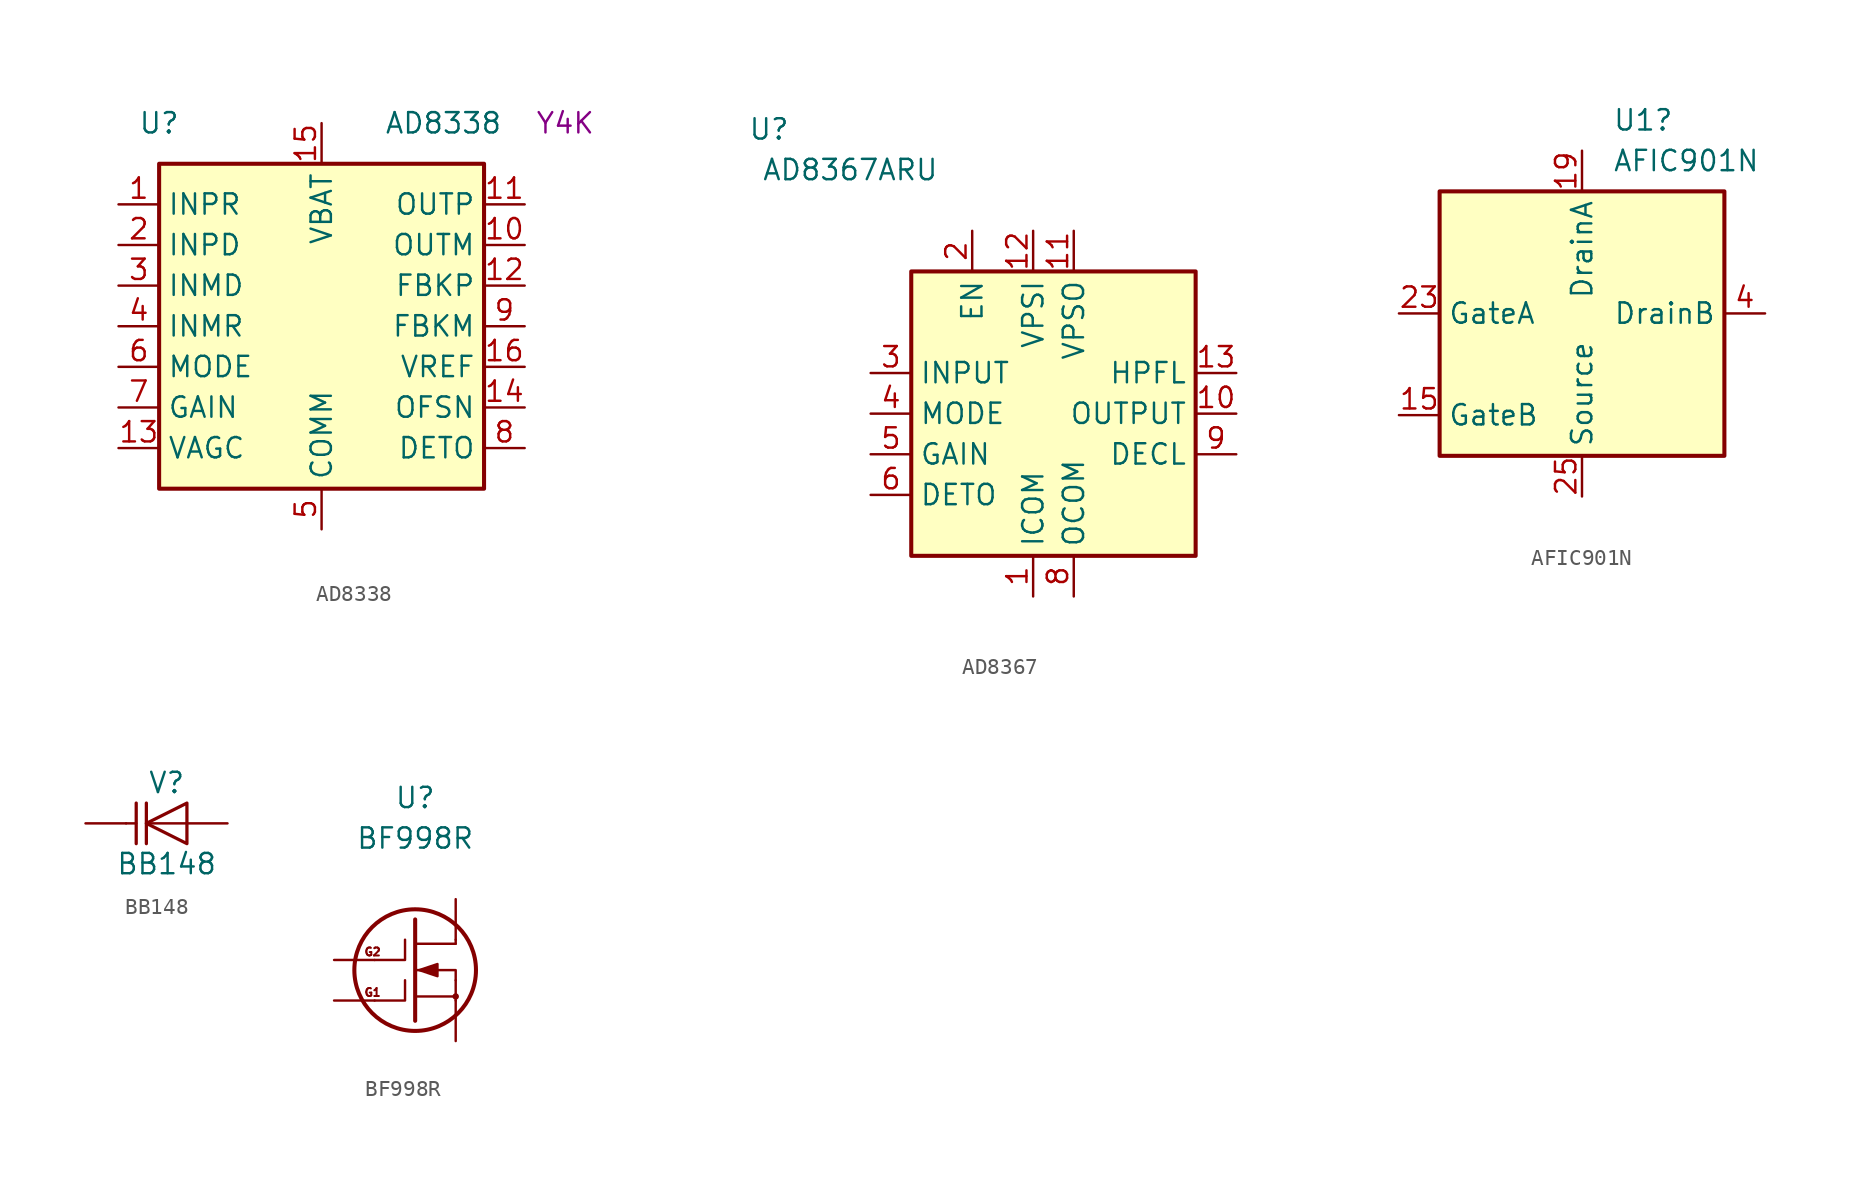
<source format=kicad_sym>
(kicad_symbol_lib
  (version 20220914)
  (generator kicad_symbol_editor)
  (symbol "AD8338"
    (property "Reference" "U"
      (at -10.16 12.7 0)
      (effects (font (size 1.27 1.27))))
    (property "Value" "AD8338"
      (at 7.62 12.7 0)
      (effects (font (size 1.27 1.27))))
    (property "MFN" "Y4K"
      (at 15.24 12.7 0)
      (effects (font (size 1.27 1.27))))
    (symbol "AD8338_0_1"
      (rectangle (start -10.16 10.16) (end 10.16 -10.16) (stroke (width 0.254) (type default)) (fill (type background))))
    (symbol "AD8338_1_1"
      (pin input line (at -12.7 7.62 0) (length 2.54) (name "INPR" (effects (font (size 1.27 1.27)))) (number "1" (effects (font (size 1.27 1.27)))))
      (pin output line (at 12.7 5.08 180) (length 2.54) (name "OUTM" (effects (font (size 1.27 1.27)))) (number "10" (effects (font (size 1.27 1.27)))))
      (pin output line (at 12.7 7.62 180) (length 2.54) (name "OUTP" (effects (font (size 1.27 1.27)))) (number "11" (effects (font (size 1.27 1.27)))))
      (pin passive line (at 12.7 2.54 180) (length 2.54) (name "FBKP" (effects (font (size 1.27 1.27)))) (number "12" (effects (font (size 1.27 1.27)))))
      (pin passive line (at -12.7 -7.62 0) (length 2.54) (name "VAGC" (effects (font (size 1.27 1.27)))) (number "13" (effects (font (size 1.27 1.27)))))
      (pin passive line (at 12.7 -5.08 180) (length 2.54) (name "OFSN" (effects (font (size 1.27 1.27)))) (number "14" (effects (font (size 1.27 1.27)))))
      (pin power_in line (at 0 12.7 270) (length 2.54) (name "VBAT" (effects (font (size 1.27 1.27)))) (number "15" (effects (font (size 1.27 1.27)))))
      (pin output line (at 12.7 -2.54 180) (length 2.54) (name "VREF" (effects (font (size 1.27 1.27)))) (number "16" (effects (font (size 1.27 1.27)))))
      (pin passive line (at 0 -12.7 90) (length 2.54) hide (name "EPAD" (effects (font (size 1.27 1.27)))) (number "17" (effects (font (size 1.27 1.27)))))
      (pin input line (at -12.7 5.08 0) (length 2.54) (name "INPD" (effects (font (size 1.27 1.27)))) (number "2" (effects (font (size 1.27 1.27)))))
      (pin input line (at -12.7 2.54 0) (length 2.54) (name "INMD" (effects (font (size 1.27 1.27)))) (number "3" (effects (font (size 1.27 1.27)))))
      (pin input line (at -12.7 0 0) (length 2.54) (name "INMR" (effects (font (size 1.27 1.27)))) (number "4" (effects (font (size 1.27 1.27)))))
      (pin power_in line (at 0 -12.7 90) (length 2.54) (name "COMM" (effects (font (size 1.27 1.27)))) (number "5" (effects (font (size 1.27 1.27)))))
      (pin passive line (at -12.7 -2.54 0) (length 2.54) (name "MODE" (effects (font (size 1.27 1.27)))) (number "6" (effects (font (size 1.27 1.27)))))
      (pin input line (at -12.7 -5.08 0) (length 2.54) (name "GAIN" (effects (font (size 1.27 1.27)))) (number "7" (effects (font (size 1.27 1.27)))))
      (pin output line (at 12.7 -7.62 180) (length 2.54) (name "DETO" (effects (font (size 1.27 1.27)))) (number "8" (effects (font (size 1.27 1.27)))))
      (pin passive line (at 12.7 0 180) (length 2.54) (name "FBKM" (effects (font (size 1.27 1.27)))) (number "9" (effects (font (size 1.27 1.27)))))))
  (symbol "AD8367"
    (property "Reference" "U"
      (at -19.05 11.43 0)
      (effects (font (size 1.27 1.27))))
    (property "Value" "AD8367ARU"
      (at -13.97 8.89 0)
      (effects (font (size 1.27 1.27))))
    (symbol "AD8367_1_1"
      (rectangle (start -10.16 2.54) (end 7.62 -15.24) (stroke (width 0.254) (type default)) (fill (type background)))
      (pin passive line (at -2.54 -17.78 90) (length 2.54) (name "ICOM" (effects (font (size 1.27 1.27)))) (number "1" (effects (font (size 1.27 1.27)))))
      (pin output line (at 10.16 -6.35 180) (length 2.54) (name "OUTPUT" (effects (font (size 1.27 1.27)))) (number "10" (effects (font (size 1.27 1.27)))))
      (pin power_in line (at 0 5.08 270) (length 2.54) (name "VPSO" (effects (font (size 1.27 1.27)))) (number "11" (effects (font (size 1.27 1.27)))))
      (pin power_in line (at -2.54 5.08 270) (length 2.54) (name "VPSI" (effects (font (size 1.27 1.27)))) (number "12" (effects (font (size 1.27 1.27)))))
      (pin bidirectional line (at 10.16 -3.81 180) (length 2.54) (name "HPFL" (effects (font (size 1.27 1.27)))) (number "13" (effects (font (size 1.27 1.27)))))
      (pin passive line (at -2.54 -17.78 90) (length 2.54) hide (name "ICOM" (effects (font (size 1.27 1.27)))) (number "14" (effects (font (size 1.27 1.27)))))
      (pin input line (at -6.35 5.08 270) (length 2.54) (name "EN" (effects (font (size 1.27 1.27)))) (number "2" (effects (font (size 1.27 1.27)))))
      (pin input line (at -12.7 -3.81 0) (length 2.54) (name "INPUT" (effects (font (size 1.27 1.27)))) (number "3" (effects (font (size 1.27 1.27)))))
      (pin input line (at -12.7 -6.35 0) (length 2.54) (name "MODE" (effects (font (size 1.27 1.27)))) (number "4" (effects (font (size 1.27 1.27)))))
      (pin input line (at -12.7 -8.89 0) (length 2.54) (name "GAIN" (effects (font (size 1.27 1.27)))) (number "5" (effects (font (size 1.27 1.27)))))
      (pin bidirectional line (at -12.7 -11.43 0) (length 2.54) (name "DETO" (effects (font (size 1.27 1.27)))) (number "6" (effects (font (size 1.27 1.27)))))
      (pin passive line (at -2.54 -17.78 90) (length 2.54) hide (name "ICOM" (effects (font (size 1.27 1.27)))) (number "7" (effects (font (size 1.27 1.27)))))
      (pin passive line (at 0 -17.78 90) (length 2.54) (name "OCOM" (effects (font (size 1.27 1.27)))) (number "8" (effects (font (size 1.27 1.27)))))
      (pin output line (at 10.16 -8.89 180) (length 2.54) (name "DECL" (effects (font (size 1.27 1.27)))) (number "9" (effects (font (size 1.27 1.27)))))))
  (symbol "AFIC901N"
    (property "Reference" "U1"
      (at 1.905 -5.715 0)
      (effects (font (size 1.27 1.27)) (justify left)))
    (property "Value" "AFIC901N"
      (at 1.905 -8.255 0)
      (effects (font (size 1.27 1.27)) (justify left)))
    (symbol "AFIC901N_0_1"
      (rectangle (start -8.89 -10.16) (end 8.89 -26.67) (stroke (width 0.254) (type default)) (fill (type background))))
    (symbol "AFIC901N_1_1"
      (pin passive line (at 0 -29.21 90) (length 2.54) hide (name "Source" (effects (font (size 1.27 1.27)))) (number "1" (effects (font (size 1.27 1.27)))))
      (pin no_connect non_logic (at 5.08 -29.21 90) (length 2.54) hide (name "NC" (effects (font (size 1.27 1.27)))) (number "10" (effects (font (size 1.27 1.27)))))
      (pin no_connect non_logic (at 2.54 -29.21 90) (length 2.54) hide (name "NC" (effects (font (size 1.27 1.27)))) (number "11" (effects (font (size 1.27 1.27)))))
      (pin no_connect non_logic (at -2.54 -29.21 90) (length 2.54) hide (name "NC" (effects (font (size 1.27 1.27)))) (number "12" (effects (font (size 1.27 1.27)))))
      (pin input line (at -11.43 -24.13 0) (length 2.54) hide (name "GateB" (effects (font (size 1.27 1.27)))) (number "13" (effects (font (size 1.27 1.27)))))
      (pin input line (at -11.43 -24.13 0) (length 2.54) hide (name "GateB" (effects (font (size 1.27 1.27)))) (number "14" (effects (font (size 1.27 1.27)))))
      (pin input line (at -11.43 -24.13 0) (length 2.54) (name "GateB" (effects (font (size 1.27 1.27)))) (number "15" (effects (font (size 1.27 1.27)))))
      (pin no_connect non_logic (at -11.43 -12.7 0) (length 2.54) hide (name "NC" (effects (font (size 1.27 1.27)))) (number "16" (effects (font (size 1.27 1.27)))))
      (pin passive line (at 0 -29.21 90) (length 2.54) hide (name "Source" (effects (font (size 1.27 1.27)))) (number "17" (effects (font (size 1.27 1.27)))))
      (pin passive line (at 0 -29.21 90) (length 2.54) hide (name "Source" (effects (font (size 1.27 1.27)))) (number "18" (effects (font (size 1.27 1.27)))))
      (pin passive line (at 0 -7.62 270) (length 2.54) (name "DrainA" (effects (font (size 1.27 1.27)))) (number "19" (effects (font (size 1.27 1.27)))))
      (pin passive line (at 0 -29.21 90) (length 2.54) hide (name "Source" (effects (font (size 1.27 1.27)))) (number "2" (effects (font (size 1.27 1.27)))))
      (pin passive line (at 0 -7.62 270) (length 2.54) hide (name "DrainA" (effects (font (size 1.27 1.27)))) (number "20" (effects (font (size 1.27 1.27)))))
      (pin no_connect non_logic (at -11.43 -15.24 0) (length 2.54) hide (name "NC" (effects (font (size 1.27 1.27)))) (number "21" (effects (font (size 1.27 1.27)))))
      (pin no_connect non_logic (at -11.43 -20.32 0) (length 2.54) hide (name "NC" (effects (font (size 1.27 1.27)))) (number "22" (effects (font (size 1.27 1.27)))))
      (pin input line (at -11.43 -17.78 0) (length 2.54) (name "GateA" (effects (font (size 1.27 1.27)))) (number "23" (effects (font (size 1.27 1.27)))))
      (pin input line (at -11.43 -17.78 0) (length 2.54) hide (name "GateA" (effects (font (size 1.27 1.27)))) (number "24" (effects (font (size 1.27 1.27)))))
      (pin passive line (at 0 -29.21 90) (length 2.54) (name "Source" (effects (font (size 1.27 1.27)))) (number "25" (effects (font (size 1.27 1.27)))))
      (pin no_connect line (at 11.43 -12.7 180) (length 2.54) hide (name "NC" (effects (font (size 1.27 1.27)))) (number "3" (effects (font (size 1.27 1.27)))))
      (pin input line (at 11.43 -17.78 180) (length 2.54) (name "DrainB" (effects (font (size 1.27 1.27)))) (number "4" (effects (font (size 1.27 1.27)))))
      (pin input line (at 11.43 -17.78 180) (length 2.54) hide (name "DrainB" (effects (font (size 1.27 1.27)))) (number "5" (effects (font (size 1.27 1.27)))))
      (pin input line (at 11.43 -17.78 180) (length 2.54) hide (name "DrainB" (effects (font (size 1.27 1.27)))) (number "6" (effects (font (size 1.27 1.27)))))
      (pin no_connect non_logic (at 11.43 -20.32 180) (length 2.54) hide (name "NC" (effects (font (size 1.27 1.27)))) (number "7" (effects (font (size 1.27 1.27)))))
      (pin no_connect non_logic (at 11.43 -22.86 180) (length 2.54) hide (name "NC" (effects (font (size 1.27 1.27)))) (number "8" (effects (font (size 1.27 1.27)))))
      (pin no_connect non_logic (at 11.43 -25.4 180) (length 2.54) hide (name "NC" (effects (font (size 1.27 1.27)))) (number "9" (effects (font (size 1.27 1.27)))))))
  (symbol "BB148"
    (pin_numbers hide)
    (pin_names
      (offset 1.016) hide)
    (property "Reference" "V"
      (at 0 2.54 0)
      (effects (font (size 1.27 1.27))))
    (property "Value" "BB148"
      (at 0 -2.54 0)
      (effects (font (size 1.27 1.27))))
    (symbol "BB148_0_1"
      (polyline (pts (xy -1.905 0) (xy -2.54 0)) (stroke (width 0) (type default)) (fill (type none)))
      (polyline (pts (xy -1.905 1.27) (xy -1.905 -1.27)) (stroke (width 0.203) (type default)) (fill (type none)))
      (polyline (pts (xy -1.27 1.27) (xy -1.27 -1.27)) (stroke (width 0.203) (type default)) (fill (type none)))
      (polyline (pts (xy 1.27 0) (xy -1.27 0)) (stroke (width 0) (type default)) (fill (type none)))
      (polyline (pts (xy 1.27 1.27) (xy 1.27 -1.27) (xy -1.27 0) (xy 1.27 1.27)) (stroke (width 0.203) (type default)) (fill (type none))))
    (symbol "BB148_1_1"
      (pin passive line (at -5.08 0 0) (length 2.54) (name "K" (effects (font (size 1.27 1.27)))) (number "1" (effects (font (size 1.27 1.27)))))
      (pin passive line (at 3.81 0 180) (length 2.54) (name "A" (effects (font (size 1.27 1.27)))) (number "2" (effects (font (size 1.27 1.27)))))))
  (symbol "BF998R"
    (pin_numbers hide)
    (pin_names
      (offset 0) hide)
    (property "Reference" "U"
      (at 0 11.43 0)
      (effects (font (size 1.27 1.27))))
    (property "Value" "BF998R"
      (at 0 8.89 0)
      (effects (font (size 1.27 1.27))))
    (symbol "BF998R_0_1"
      (polyline (pts (xy 0 -1.016) (xy 2.54 -1.016)) (stroke (width 0) (type default)) (fill (type none)))
      (polyline (pts (xy 0 3.81) (xy 0 -2.54)) (stroke (width 0.254) (type default)) (fill (type none)))
      (polyline (pts (xy 2.54 -1.27) (xy 2.54 0)) (stroke (width 0) (type default)) (fill (type none)))
      (polyline (pts (xy 2.54 2.286) (xy 0 2.286)) (stroke (width 0) (type default)) (fill (type none)))
      (polyline (pts (xy 2.54 2.54) (xy 2.54 2.286)) (stroke (width 0) (type default)) (fill (type none)))
      (polyline (pts (xy -2.54 1.27) (xy -0.635 1.27) (xy -0.635 2.54)) (stroke (width 0) (type default)) (fill (type none)))
      (polyline (pts (xy -0.635 0) (xy -0.635 -1.27) (xy -2.54 -1.27)) (stroke (width 0) (type default)) (fill (type none)))
      (polyline (pts (xy 0 0.635) (xy 2.54 0.635) (xy 2.54 0)) (stroke (width 0) (type default)) (fill (type none)))
      (polyline (pts (xy 0.254 0.635) (xy 1.397 1.016) (xy 1.397 0.254) (xy 0.254 0.635)) (stroke (width 0) (type default)) (fill (type outline)))
      (circle (center 0 0.635) (radius 3.81) (stroke (width 0.254) (type default)) (fill (type none)))
      (circle (center 2.54 -1.016) (radius 0.127) (stroke (width 0) (type default)) (fill (type none))))
    (symbol "BF998R_1_1"
      (text "G1" (at -2.667 -0.762 0) (effects (font (size 0.5 0.5))))
      (text "G2" (at -2.667 1.778 0) (effects (font (size 0.5 0.5))))
      (pin passive line (at 2.54 -3.81 90) (length 2.54) (name "S" (effects (font (size 1.27 1.27)))) (number "1" (effects (font (size 1.27 1.27)))))
      (pin passive line (at 2.54 5.08 270) (length 2.54) (name "D" (effects (font (size 1.27 1.27)))) (number "2" (effects (font (size 1.27 1.27)))))
      (pin passive line (at -5.08 1.27 0) (length 2.54) (name "G2" (effects (font (size 1.27 1.27)))) (number "3" (effects (font (size 1.27 1.27)))))
      (pin passive line (at -5.08 -1.27 0) (length 2.54) (name "G1" (effects (font (size 1.27 1.27)))) (number "4" (effects (font (size 1.27 1.27))))))))
</source>
